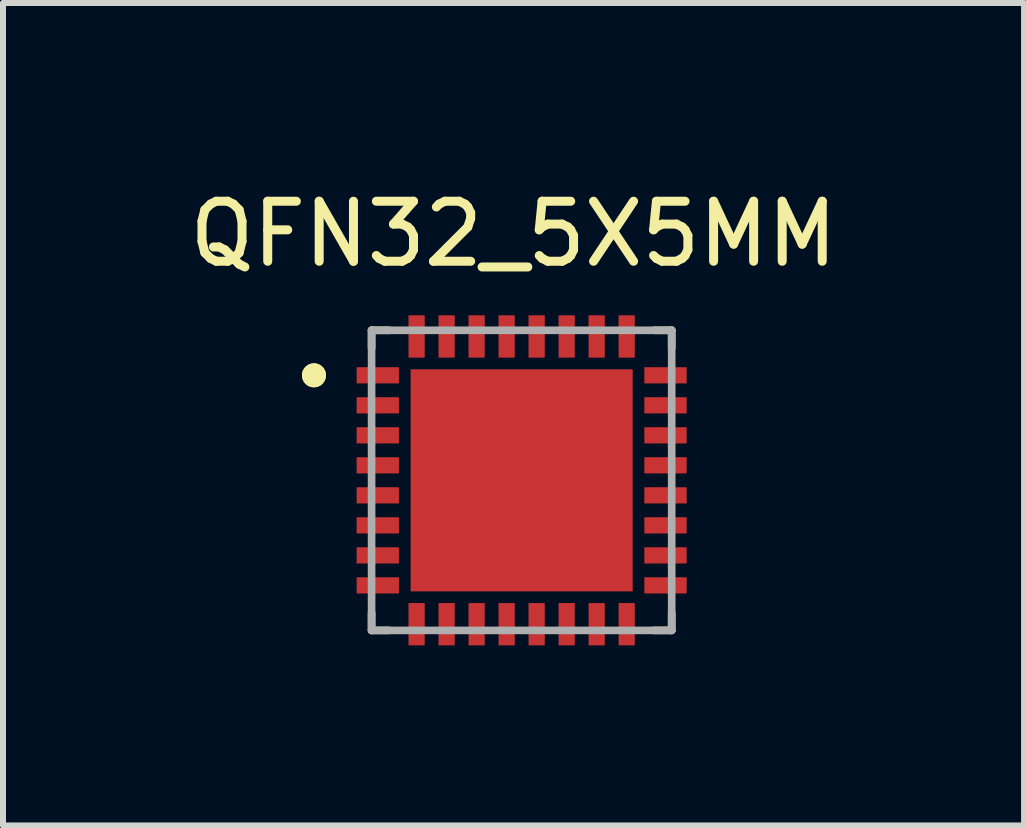
<source format=kicad_pcb>
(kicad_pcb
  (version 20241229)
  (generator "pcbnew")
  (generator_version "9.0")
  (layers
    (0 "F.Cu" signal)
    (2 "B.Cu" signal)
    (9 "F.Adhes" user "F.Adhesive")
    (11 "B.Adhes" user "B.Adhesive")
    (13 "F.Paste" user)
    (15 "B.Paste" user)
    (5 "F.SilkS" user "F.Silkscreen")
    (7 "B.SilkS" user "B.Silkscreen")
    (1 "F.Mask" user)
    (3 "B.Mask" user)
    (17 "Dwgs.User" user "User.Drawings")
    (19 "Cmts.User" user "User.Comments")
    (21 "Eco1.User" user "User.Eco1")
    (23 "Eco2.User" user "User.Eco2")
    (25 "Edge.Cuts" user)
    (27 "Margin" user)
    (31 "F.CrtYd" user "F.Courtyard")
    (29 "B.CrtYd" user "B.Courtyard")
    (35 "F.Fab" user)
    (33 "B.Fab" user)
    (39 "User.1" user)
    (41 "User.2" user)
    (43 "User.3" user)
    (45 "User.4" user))
  (footprint "QFN32_5X5MM"
    (layer "F.Cu")
    (at 5.641 4.953)
    (property "Reference" "QFN32_5X5MM" (at -0.135 -4.105 0) (layer "F.SilkS") (effects (font (size 1 1) (thickness 0.15))))
    (attr smd)
    (fp_line (start -2.5 -2.5) (end -2.5 -2.205) (stroke (width 0.127) (type solid)) (layer "F.SilkS"))
    (fp_line (start -2.5 -2.5) (end -2.205 -2.5) (stroke (width 0.127) (type solid)) (layer "F.SilkS"))
    (fp_line (start -2.5 2.5) (end -2.5 2.205) (stroke (width 0.127) (type solid)) (layer "F.SilkS"))
    (fp_line (start -2.5 2.5) (end -2.205 2.5) (stroke (width 0.127) (type solid)) (layer "F.SilkS"))
    (fp_line (start 2.5 -2.5) (end 2.205 -2.5) (stroke (width 0.127) (type solid)) (layer "F.SilkS"))
    (fp_line (start 2.5 -2.5) (end 2.5 -2.205) (stroke (width 0.127) (type solid)) (layer "F.SilkS"))
    (fp_line (start 2.5 2.5) (end 2.205 2.5) (stroke (width 0.127) (type solid)) (layer "F.SilkS"))
    (fp_line (start 2.5 2.5) (end 2.5 2.205) (stroke (width 0.127) (type solid)) (layer "F.SilkS"))
    (fp_circle (center -3.46 -1.75) (end -3.36 -1.75) (stroke (width 0.2) (type solid)) (fill no) (layer "F.SilkS"))
    (fp_circle (center -3.46 -1.75) (end -3.36 -1.75) (stroke (width 0.2) (type solid)) (fill no) (layer "F.SilkS"))
    (fp_poly (pts (xy -1.85 -1.85) (xy -0.95 -1.85) (xy -0.95 -0.95) (xy -1.85 -0.95)) (stroke (width 0.01) (type solid)) (fill yes) (layer "F.Paste"))
    (fp_poly (pts (xy -1.85 -0.45) (xy -0.95 -0.45) (xy -0.95 0.45) (xy -1.85 0.45)) (stroke (width 0.01) (type solid)) (fill yes) (layer "F.Paste"))
    (fp_poly (pts (xy -1.85 0.95) (xy -0.95 0.95) (xy -0.95 1.85) (xy -1.85 1.85)) (stroke (width 0.01) (type solid)) (fill yes) (layer "F.Paste"))
    (fp_poly (pts (xy -0.45 -1.85) (xy 0.45 -1.85) (xy 0.45 -0.95) (xy -0.45 -0.95)) (stroke (width 0.01) (type solid)) (fill yes) (layer "F.Paste"))
    (fp_poly (pts (xy -0.45 -0.45) (xy 0.45 -0.45) (xy 0.45 0.45) (xy -0.45 0.45)) (stroke (width 0.01) (type solid)) (fill yes) (layer "F.Paste"))
    (fp_poly (pts (xy -0.45 0.95) (xy 0.45 0.95) (xy 0.45 1.85) (xy -0.45 1.85)) (stroke (width 0.01) (type solid)) (fill yes) (layer "F.Paste"))
    (fp_poly (pts (xy 0.95 -1.85) (xy 1.85 -1.85) (xy 1.85 -0.95) (xy 0.95 -0.95)) (stroke (width 0.01) (type solid)) (fill yes) (layer "F.Paste"))
    (fp_poly (pts (xy 0.95 -0.45) (xy 1.85 -0.45) (xy 1.85 0.45) (xy 0.95 0.45)) (stroke (width 0.01) (type solid)) (fill yes) (layer "F.Paste"))
    (fp_poly (pts (xy 0.95 0.95) (xy 1.85 0.95) (xy 1.85 1.85) (xy 0.95 1.85)) (stroke (width 0.01) (type solid)) (fill yes) (layer "F.Paste"))
    (fp_line (start -2.5 2.5) (end -2.5 -2.5) (stroke (width 0.127) (type solid)) (layer "F.Fab"))
    (fp_line (start 2.5 -2.5) (end -2.5 -2.5) (stroke (width 0.127) (type solid)) (layer "F.Fab"))
    (fp_line (start 2.5 2.5) (end -2.5 2.5) (stroke (width 0.127) (type solid)) (layer "F.Fab"))
    (fp_line (start 2.5 2.5) (end 2.5 -2.5) (stroke (width 0.127) (type solid)) (layer "F.Fab"))
    (pad "1" smd rect (at -2.397 -1.75) (size 0.705 0.27) (layers "F.Cu" "F.Mask" "F.Paste"))
    (pad "2" smd rect (at -2.397 -1.25) (size 0.705 0.27) (layers "F.Cu" "F.Mask" "F.Paste"))
    (pad "3" smd rect (at -2.397 -0.75) (size 0.705 0.27) (layers "F.Cu" "F.Mask" "F.Paste"))
    (pad "4" smd rect (at -2.397 -0.25) (size 0.705 0.27) (layers "F.Cu" "F.Mask" "F.Paste"))
    (pad "5" smd rect (at -2.397 0.25) (size 0.705 0.27) (layers "F.Cu" "F.Mask" "F.Paste"))
    (pad "6" smd rect (at -2.397 0.75) (size 0.705 0.27) (layers "F.Cu" "F.Mask" "F.Paste"))
    (pad "7" smd rect (at -2.397 1.25) (size 0.705 0.27) (layers "F.Cu" "F.Mask" "F.Paste"))
    (pad "8" smd rect (at -2.397 1.75) (size 0.705 0.27) (layers "F.Cu" "F.Mask" "F.Paste"))
    (pad "9" smd rect (at -1.75 2.397) (size 0.27 0.705) (layers "F.Cu" "F.Mask" "F.Paste"))
    (pad "10" smd rect (at -1.25 2.397) (size 0.27 0.705) (layers "F.Cu" "F.Mask" "F.Paste"))
    (pad "11" smd rect (at -0.75 2.397) (size 0.27 0.705) (layers "F.Cu" "F.Mask" "F.Paste"))
    (pad "12" smd rect (at -0.25 2.397) (size 0.27 0.705) (layers "F.Cu" "F.Mask" "F.Paste"))
    (pad "13" smd rect (at 0.25 2.397) (size 0.27 0.705) (layers "F.Cu" "F.Mask" "F.Paste"))
    (pad "14" smd rect (at 0.75 2.397) (size 0.27 0.705) (layers "F.Cu" "F.Mask" "F.Paste"))
    (pad "15" smd rect (at 1.25 2.397) (size 0.27 0.705) (layers "F.Cu" "F.Mask" "F.Paste"))
    (pad "16" smd rect (at 1.75 2.397) (size 0.27 0.705) (layers "F.Cu" "F.Mask" "F.Paste"))
    (pad "17" smd rect (at 2.397 1.75) (size 0.705 0.27) (layers "F.Cu" "F.Mask" "F.Paste"))
    (pad "18" smd rect (at 2.397 1.25) (size 0.705 0.27) (layers "F.Cu" "F.Mask" "F.Paste"))
    (pad "19" smd rect (at 2.397 0.75) (size 0.705 0.27) (layers "F.Cu" "F.Mask" "F.Paste"))
    (pad "20" smd rect (at 2.397 0.25) (size 0.705 0.27) (layers "F.Cu" "F.Mask" "F.Paste"))
    (pad "21" smd rect (at 2.397 -0.25) (size 0.705 0.27) (layers "F.Cu" "F.Mask" "F.Paste"))
    (pad "22" smd rect (at 2.397 -0.75) (size 0.705 0.27) (layers "F.Cu" "F.Mask" "F.Paste"))
    (pad "23" smd rect (at 2.397 -1.25) (size 0.705 0.27) (layers "F.Cu" "F.Mask" "F.Paste"))
    (pad "24" smd rect (at 2.397 -1.75) (size 0.705 0.27) (layers "F.Cu" "F.Mask" "F.Paste"))
    (pad "25" smd rect (at 1.75 -2.397) (size 0.27 0.705) (layers "F.Cu" "F.Mask" "F.Paste"))
    (pad "26" smd rect (at 1.25 -2.397) (size 0.27 0.705) (layers "F.Cu" "F.Mask" "F.Paste"))
    (pad "27" smd rect (at 0.75 -2.397) (size 0.27 0.705) (layers "F.Cu" "F.Mask" "F.Paste"))
    (pad "28" smd rect (at 0.25 -2.397) (size 0.27 0.705) (layers "F.Cu" "F.Mask" "F.Paste"))
    (pad "29" smd rect (at -0.25 -2.397) (size 0.27 0.705) (layers "F.Cu" "F.Mask" "F.Paste"))
    (pad "30" smd rect (at -0.75 -2.397) (size 0.27 0.705) (layers "F.Cu" "F.Mask" "F.Paste"))
    (pad "31" smd rect (at -1.25 -2.397) (size 0.27 0.705) (layers "F.Cu" "F.Mask" "F.Paste"))
    (pad "32" smd rect (at -1.75 -2.397) (size 0.27 0.705) (layers "F.Cu" "F.Mask" "F.Paste"))
    (pad "33" smd rect (at 0 0) (size 3.7 3.7) (layers "F.Cu" "F.Mask")))
  (gr_rect
    (start -3 -3)
    (end 14.012 10.703)
    (stroke (width 0.1) (type default))
    (fill no)
    (layer "Edge.Cuts")))
</source>
